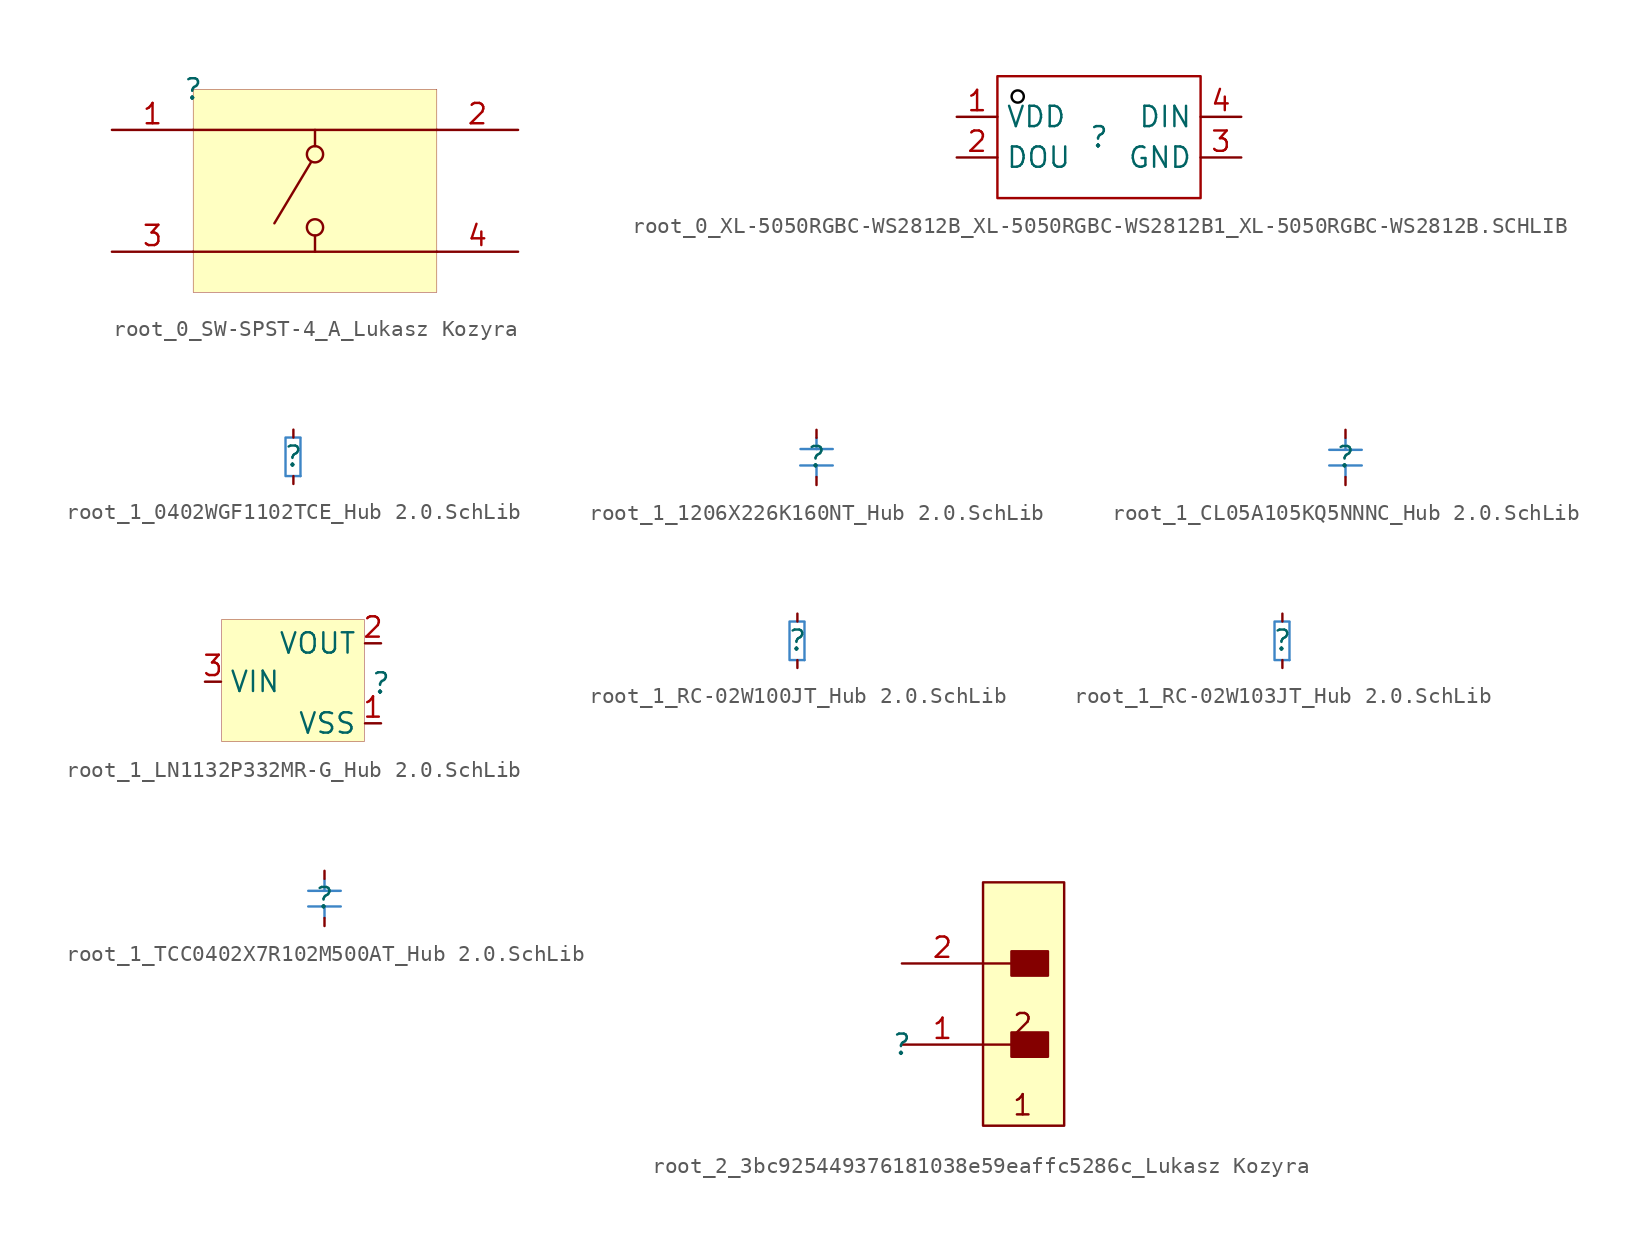
<source format=kicad_sym>
(kicad_symbol_lib
  (version 20241209)
  (generator "kicad_symbol_editor")
  (generator_version "9.0")
  (symbol "root_0_SW-SPST-4_A_Lukasz Kozyra"
    (pin_names
      (hide yes))
    (property "Reference" ""
      (at 0 0 0)
      (effects (font (size 1.27 1.27))))
    (property "Value" ""
      (at 0 0 0)
      (effects (font (size 1.27 1.27))))
    (symbol "root_0_SW-SPST-4_A_Lukasz Kozyra_1_0"
      (polyline (pts (xy 5.08 -8.382) (xy 7.366 -4.572)) (stroke (width 0) (type solid)) (fill (type none)))
      (polyline (pts (xy 7.62 -2.54) (xy 7.62 -3.556)) (stroke (width 0) (type solid)) (fill (type none)))
      (circle (center 7.62 -4.064) (radius 0.508) (stroke (width 0) (type solid)) (fill (type color) (color 255 255 255 1)))
      (circle (center 7.62 -8.636) (radius 0.508) (stroke (width 0) (type solid)) (fill (type color) (color 255 255 255 1)))
      (polyline (pts (xy 7.62 -10.16) (xy 7.62 -9.144)) (stroke (width 0) (type solid)) (fill (type none)))
      (rectangle (start 15.24 0) (end 0 -12.7) (stroke (width 0.025) (type solid) (color 128 0 0 1)) (fill (type background)))
      (polyline (pts (xy 15.24 -2.54) (xy 0 -2.54)) (stroke (width 0) (type solid)) (fill (type none)))
      (polyline (pts (xy 15.24 -10.16) (xy 0 -10.16)) (stroke (width 0) (type solid)) (fill (type none)))
      (pin passive line (at -5.08 -2.54 0) (length 5.08) (name "1" (effects (font (size 1.27 1.27)))) (number "1" (effects (font (size 1.27 1.27)))))
      (pin passive line (at -5.08 -10.16 0) (length 5.08) (name "3" (effects (font (size 1.27 1.27)))) (number "3" (effects (font (size 1.27 1.27)))))
      (pin passive line (at 20.32 -2.54 180) (length 5.08) (name "2" (effects (font (size 1.27 1.27)))) (number "2" (effects (font (size 1.27 1.27)))))
      (pin passive line (at 20.32 -10.16 180) (length 5.08) (name "4" (effects (font (size 1.27 1.27)))) (number "4" (effects (font (size 1.27 1.27)))))))
  (symbol "root_0_XL-5050RGBC-WS2812B_XL-5050RGBC-WS2812B1_XL-5050RGBC-WS2812B.SCHLIB"
    (property "Reference" ""
      (at 0 0 0)
      (effects (font (size 1.27 1.27))))
    (property "Value" ""
      (at 0 0 0)
      (effects (font (size 1.27 1.27))))
    (symbol "root_0_XL-5050RGBC-WS2812B_XL-5050RGBC-WS2812B1_XL-5050RGBC-WS2812B.SCHLIB_1_0"
      (rectangle (start -6.35 3.81) (end 6.35 -3.81) (stroke (width 0) (type solid) (color 160 0 0 1)) (fill (type none)))
      (circle (center -5.08 2.54) (radius 0.381) (stroke (width 0) (type solid) (color 0 0 0 1)) (fill (type none)))
      (pin passive line (at -8.89 1.27 0) (length 2.54) (name "VDD" (effects (font (size 1.27 1.27)))) (number "1" (effects (font (size 1.27 1.27)))))
      (pin passive line (at -8.89 -1.27 0) (length 2.54) (name "DOU" (effects (font (size 1.27 1.27)))) (number "2" (effects (font (size 1.27 1.27)))))
      (pin passive line (at 8.89 1.27 180) (length 2.54) (name "DIN" (effects (font (size 1.27 1.27)))) (number "4" (effects (font (size 1.27 1.27)))))
      (pin passive line (at 8.89 -1.27 180) (length 2.54) (name "GND" (effects (font (size 1.27 1.27)))) (number "3" (effects (font (size 1.27 1.27)))))))
  (symbol "root_1_0402WGF1102TCE_Hub 2.0.SchLib"
    (pin_numbers
      (hide yes))
    (pin_names
      (hide yes))
    (property "Reference" ""
      (at 0 0 0)
      (effects (font (size 1.27 1.27))))
    (property "Value" ""
      (at 0 0 0)
      (effects (font (size 1.27 1.27))))
    (symbol "root_1_0402WGF1102TCE_Hub 2.0.SchLib_1_0"
      (polyline (pts (xy 0.45 -1.25) (xy 0.45 1.15)) (stroke (width 0) (type solid) (color 61 133 198 1)) (fill (type none)))
      (polyline (pts (xy 0.45 -1.25) (xy -0.5 -1.25) (xy -0.5 1.2) (xy 0.45 1.2)) (stroke (width 0) (type solid) (color 61 133 198 1)) (fill (type none)))
      (pin passive line (at 0 1.7 270) (length 0.5) (name "2" (effects (font (size 1.27 1.27)))) (number "2" (effects (font (size 1.27 1.27)))))
      (pin passive line (at 0 -1.75 90) (length 0.5) (name "1" (effects (font (size 1.27 1.27)))) (number "1" (effects (font (size 1.27 1.27)))))))
  (symbol "root_1_1206X226K160NT_Hub 2.0.SchLib"
    (pin_numbers
      (hide yes))
    (pin_names
      (hide yes))
    (property "Reference" ""
      (at 0 0 0)
      (effects (font (size 1.27 1.27))))
    (property "Value" ""
      (at 0 0 0)
      (effects (font (size 1.27 1.27))))
    (symbol "root_1_1206X226K160NT_Hub 2.0.SchLib_1_0"
      (polyline (pts (xy 0 1.2) (xy 0 0.5) (xy 1.016 0.5)) (stroke (width 0) (type solid) (color 61 133 198 1)) (fill (type none)))
      (polyline (pts (xy 0 -0.528) (xy 1.016 -0.528)) (stroke (width 0) (type solid) (color 61 133 198 1)) (fill (type none)))
      (polyline (pts (xy 0 -1.228) (xy 0 -0.528) (xy -1.016 -0.528)) (stroke (width 0) (type solid) (color 61 133 198 1)) (fill (type none)))
      (polyline (pts (xy 0.016 0.5) (xy -1 0.5)) (stroke (width 0) (type solid) (color 61 133 198 1)) (fill (type none)))
      (pin passive line (at 0 1.7 270) (length 0.5) (name "2" (effects (font (size 1.27 1.27)))) (number "2" (effects (font (size 1.27 1.27)))))
      (pin passive line (at 0 -1.75 90) (length 0.5) (name "1" (effects (font (size 1.27 1.27)))) (number "1" (effects (font (size 1.27 1.27)))))))
  (symbol "root_1_CL05A105KQ5NNNC_Hub 2.0.SchLib"
    (pin_numbers
      (hide yes))
    (pin_names
      (hide yes))
    (property "Reference" ""
      (at 0 0 0)
      (effects (font (size 1.27 1.27))))
    (property "Value" ""
      (at 0 0 0)
      (effects (font (size 1.27 1.27))))
    (symbol "root_1_CL05A105KQ5NNNC_Hub 2.0.SchLib_1_0"
      (polyline (pts (xy 0 1.15) (xy 0 0.45) (xy 1.016 0.45)) (stroke (width 0) (type solid) (color 61 133 198 1)) (fill (type none)))
      (polyline (pts (xy 0 0.45) (xy -1.016 0.45)) (stroke (width 0) (type solid) (color 61 133 198 1)) (fill (type none)))
      (polyline (pts (xy 0 -0.528) (xy 1.016 -0.528)) (stroke (width 0) (type solid) (color 61 133 198 1)) (fill (type none)))
      (polyline (pts (xy 0 -1.228) (xy 0 -0.528) (xy -1.016 -0.528)) (stroke (width 0) (type solid) (color 61 133 198 1)) (fill (type none)))
      (pin passive line (at 0 1.7 270) (length 0.5) (name "2" (effects (font (size 1.27 1.27)))) (number "2" (effects (font (size 1.27 1.27)))))
      (pin passive line (at 0 -1.75 90) (length 0.5) (name "1" (effects (font (size 1.27 1.27)))) (number "1" (effects (font (size 1.27 1.27)))))))
  (symbol "root_1_LN1132P332MR-G_Hub 2.0.SchLib"
    (property "Reference" ""
      (at 0 0 0)
      (effects (font (size 1.27 1.27))))
    (property "Value" ""
      (at 0 0 0)
      (effects (font (size 1.27 1.27))))
    (symbol "root_1_LN1132P332MR-G_Hub 2.0.SchLib_1_0"
      (rectangle (start -1.05 4) (end -9.95 -3.65) (stroke (width 0.025) (type solid) (color 128 0 0 1)) (fill (type background)))
      (pin passive line (at -11 0.1 0) (length 1) (name "VIN" (effects (font (size 1.27 1.27)))) (number "3" (effects (font (size 1.27 1.27)))))
      (pin passive line (at 0 2.5 180) (length 1) (name "VOUT" (effects (font (size 1.27 1.27)))) (number "2" (effects (font (size 1.27 1.27)))))
      (pin passive line (at 0 -2.5 180) (length 1) (name "VSS" (effects (font (size 1.27 1.27)))) (number "1" (effects (font (size 1.27 1.27)))))))
  (symbol "root_1_RC-02W100JT_Hub 2.0.SchLib"
    (pin_numbers
      (hide yes))
    (pin_names
      (hide yes))
    (property "Reference" ""
      (at 0 0 0)
      (effects (font (size 1.27 1.27))))
    (property "Value" ""
      (at 0 0 0)
      (effects (font (size 1.27 1.27))))
    (symbol "root_1_RC-02W100JT_Hub 2.0.SchLib_1_0"
      (polyline (pts (xy 0.45 -1.25) (xy 0.45 1.15)) (stroke (width 0) (type solid) (color 61 133 198 1)) (fill (type none)))
      (polyline (pts (xy 0.45 -1.25) (xy -0.5 -1.25) (xy -0.5 1.2) (xy 0.45 1.2)) (stroke (width 0) (type solid) (color 61 133 198 1)) (fill (type none)))
      (pin passive line (at 0 1.7 270) (length 0.5) (name "2" (effects (font (size 1.27 1.27)))) (number "2" (effects (font (size 1.27 1.27)))))
      (pin passive line (at 0 -1.75 90) (length 0.5) (name "1" (effects (font (size 1.27 1.27)))) (number "1" (effects (font (size 1.27 1.27)))))))
  (symbol "root_1_RC-02W103JT_Hub 2.0.SchLib"
    (pin_numbers
      (hide yes))
    (pin_names
      (hide yes))
    (property "Reference" ""
      (at 0 0 0)
      (effects (font (size 1.27 1.27))))
    (property "Value" ""
      (at 0 0 0)
      (effects (font (size 1.27 1.27))))
    (symbol "root_1_RC-02W103JT_Hub 2.0.SchLib_1_0"
      (polyline (pts (xy 0.45 -1.25) (xy 0.45 1.15)) (stroke (width 0) (type solid) (color 61 133 198 1)) (fill (type none)))
      (polyline (pts (xy 0.45 -1.25) (xy -0.5 -1.25) (xy -0.5 1.2) (xy 0.45 1.2)) (stroke (width 0) (type solid) (color 61 133 198 1)) (fill (type none)))
      (pin passive line (at 0 1.7 270) (length 0.5) (name "2" (effects (font (size 1.27 1.27)))) (number "2" (effects (font (size 1.27 1.27)))))
      (pin passive line (at 0 -1.75 90) (length 0.5) (name "1" (effects (font (size 1.27 1.27)))) (number "1" (effects (font (size 1.27 1.27)))))))
  (symbol "root_1_TCC0402X7R102M500AT_Hub 2.0.SchLib"
    (pin_numbers
      (hide yes))
    (pin_names
      (hide yes))
    (property "Reference" ""
      (at 0 0 0)
      (effects (font (size 1.27 1.27))))
    (property "Value" ""
      (at 0 0 0)
      (effects (font (size 1.27 1.27))))
    (symbol "root_1_TCC0402X7R102M500AT_Hub 2.0.SchLib_1_0"
      (polyline (pts (xy 0 1.15) (xy 0 0.45) (xy 1.016 0.45)) (stroke (width 0) (type solid) (color 61 133 198 1)) (fill (type none)))
      (polyline (pts (xy 0 0.45) (xy -1.016 0.45)) (stroke (width 0) (type solid) (color 61 133 198 1)) (fill (type none)))
      (polyline (pts (xy 0 -0.528) (xy 1.016 -0.528)) (stroke (width 0) (type solid) (color 61 133 198 1)) (fill (type none)))
      (polyline (pts (xy 0 -1.228) (xy 0 -0.528) (xy -1.016 -0.528)) (stroke (width 0) (type solid) (color 61 133 198 1)) (fill (type none)))
      (pin passive line (at 0 1.7 270) (length 0.5) (name "2" (effects (font (size 1.27 1.27)))) (number "2" (effects (font (size 1.27 1.27)))))
      (pin passive line (at 0 -1.75 90) (length 0.5) (name "1" (effects (font (size 1.27 1.27)))) (number "1" (effects (font (size 1.27 1.27)))))))
  (symbol "root_2_3bc925449376181038e59eaffc5286c_Lukasz Kozyra"
    (pin_names
      (hide yes))
    (property "Reference" ""
      (at 0 0 0)
      (effects (font (size 1.27 1.27))))
    (property "Value" ""
      (at 0 0 0)
      (effects (font (size 1.27 1.27))))
    (symbol "root_2_3bc925449376181038e59eaffc5286c_Lukasz Kozyra_1_0"
      (polyline (pts (xy 6.858 5.08) (xy 5.08 5.08)) (stroke (width 0) (type solid)) (fill (type none)))
      (polyline (pts (xy 6.858 0) (xy 5.08 0)) (stroke (width 0) (type solid)) (fill (type none)))
      (rectangle (start 9.144 5.842) (end 6.858 4.318) (stroke (width 0) (type solid)) (fill (type outline)))
      (rectangle (start 9.144 0.762) (end 6.858 -0.762) (stroke (width 0) (type solid)) (fill (type outline)))
      (rectangle (start 10.16 10.16) (end 5.08 -5.08) (stroke (width 0) (type solid) (color 128 0 0 1)) (fill (type background)))
      (text "2" (at 6.858 2.032 0) (effects (font (size 1.27 1.27)) (justify left top)))
      (text "1" (at 6.858 -3.048 0) (effects (font (size 1.27 1.27)) (justify left top)))
      (pin passive line (at 0 5.08 0) (length 5.08) (name "2" (effects (font (size 1.27 1.27)))) (number "2" (effects (font (size 1.27 1.27)))))
      (pin passive line (at 0 0 0) (length 5.08) (name "1" (effects (font (size 1.27 1.27)))) (number "1" (effects (font (size 1.27 1.27))))))))
</source>
